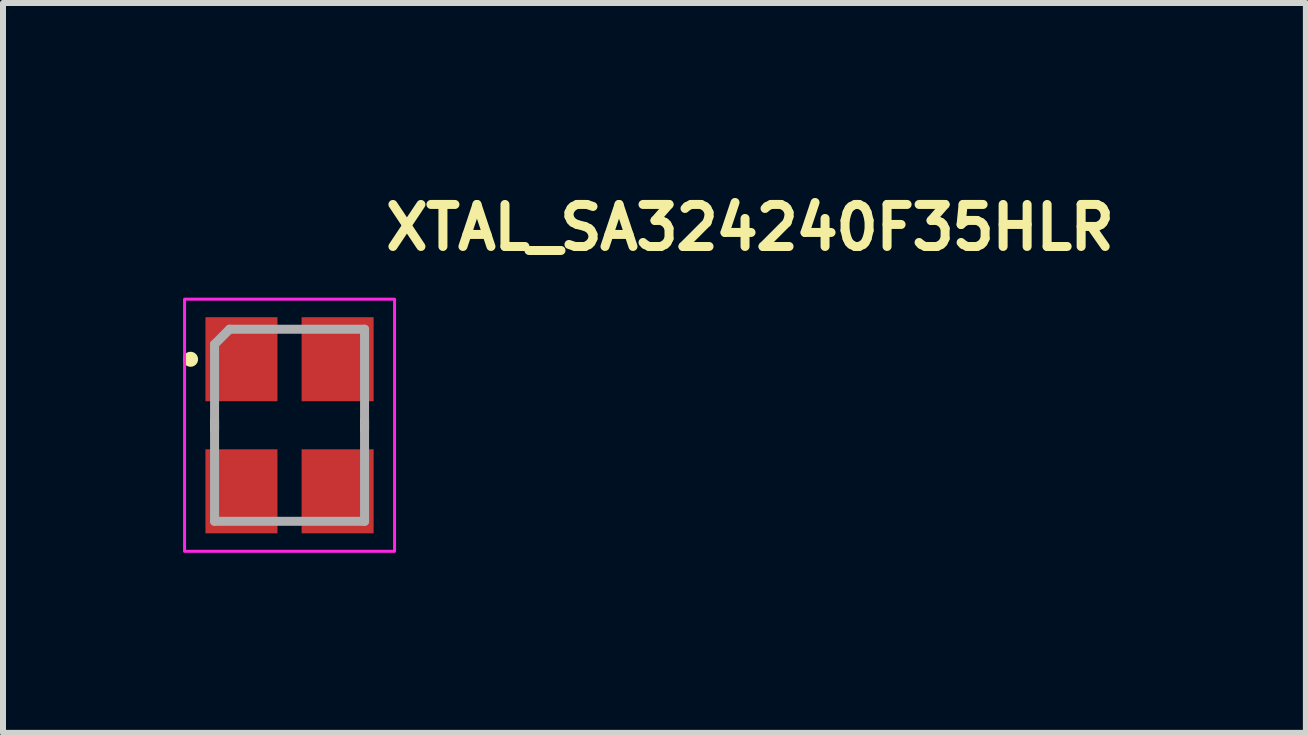
<source format=kicad_pcb>
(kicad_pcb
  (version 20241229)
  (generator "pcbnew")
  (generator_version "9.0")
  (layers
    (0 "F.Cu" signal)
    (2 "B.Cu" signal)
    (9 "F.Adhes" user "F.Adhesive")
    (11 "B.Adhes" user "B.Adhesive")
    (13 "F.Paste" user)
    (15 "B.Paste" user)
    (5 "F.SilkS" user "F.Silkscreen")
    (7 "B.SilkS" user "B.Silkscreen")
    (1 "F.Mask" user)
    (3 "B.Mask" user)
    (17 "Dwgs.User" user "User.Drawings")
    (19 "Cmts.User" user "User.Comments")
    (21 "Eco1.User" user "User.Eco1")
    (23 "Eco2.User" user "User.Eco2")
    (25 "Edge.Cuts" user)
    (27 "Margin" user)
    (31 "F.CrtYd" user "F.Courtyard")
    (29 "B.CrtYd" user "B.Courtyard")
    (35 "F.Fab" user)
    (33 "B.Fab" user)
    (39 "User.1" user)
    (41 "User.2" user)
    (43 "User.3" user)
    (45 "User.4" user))
  (footprint "XTAL_SA324240F35HLR"
    (layer "F.Cu")
    (at 1.775 4.036)
    (property "Reference" "XTAL_SA324240F35HLR" (at 1.523 -2.886 0) (layer "F.SilkS") (effects (font (size 0.7 0.7) (thickness 0.15)) (justify left bottom)))
    (attr smd)
    (fp_line (start -1.25 -0.08) (end -1.25 0.08) (stroke (width 0.15) (type solid)) (layer "F.SilkS"))
    (fp_line (start 1.249 -0.08) (end 1.249 0.08) (stroke (width 0.15) (type solid)) (layer "F.SilkS"))
    (fp_circle (center -1.65 -1.1) (end -1.6 -1.1) (stroke (width 0.15) (type solid)) (fill yes) (layer "F.SilkS"))
    (fp_rect (start -1.75 -2.101) (end 1.749 2.1) (stroke (width 0.05) (type solid)) (fill no) (layer "F.CrtYd"))
    (fp_line (start -1.25 -1.35) (end -1.25 1.6) (stroke (width 0.15) (type solid)) (layer "F.Fab"))
    (fp_line (start -1.25 -1.35) (end -1 -1.601) (stroke (width 0.15) (type solid)) (layer "F.Fab"))
    (fp_line (start -1 -1.601) (end 1.249 -1.601) (stroke (width 0.15) (type solid)) (layer "F.Fab"))
    (fp_line (start 1.249 -1.601) (end 1.249 1.6) (stroke (width 0.15) (type solid)) (layer "F.Fab"))
    (fp_line (start 1.249 1.6) (end -1.25 1.6) (stroke (width 0.15) (type solid)) (layer "F.Fab"))
    (fp_rect (start -1.25 -1.601) (end 1.249 1.6) (stroke (width 0.1) (type solid)) (fill no) (layer "User.5"))
    (fp_line (start -1.25 -1.414) (end -1.25 1.411) (stroke (width 0.02) (type solid)) (layer "User.9"))
    (fp_line (start -1.25 -1.414) (end -1.242 -1.414) (stroke (width 0.02) (type solid)) (layer "User.9"))
    (fp_line (start -1.25 1.411) (end -1.242 1.411) (stroke (width 0.02) (type solid)) (layer "User.9"))
    (fp_line (start -1.242 -1.414) (end -1.232 -1.414) (stroke (width 0.02) (type solid)) (layer "User.9"))
    (fp_line (start -1.242 1.411) (end -1.232 1.413) (stroke (width 0.02) (type solid)) (layer "User.9"))
    (fp_line (start -1.232 -1.414) (end -1.224 -1.416) (stroke (width 0.02) (type solid)) (layer "User.9"))
    (fp_line (start -1.232 1.413) (end -1.224 1.413) (stroke (width 0.02) (type solid)) (layer "User.9"))
    (fp_line (start -1.224 -1.416) (end -1.214 -1.418) (stroke (width 0.02) (type solid)) (layer "User.9"))
    (fp_line (start -1.224 1.413) (end -1.214 1.415) (stroke (width 0.02) (type solid)) (layer "User.9"))
    (fp_line (start -1.214 -1.418) (end -1.206 -1.42) (stroke (width 0.02) (type solid)) (layer "User.9"))
    (fp_line (start -1.214 1.415) (end -1.206 1.417) (stroke (width 0.02) (type solid)) (layer "User.9"))
    (fp_line (start -1.206 -1.42) (end -1.196 -1.422) (stroke (width 0.02) (type solid)) (layer "User.9"))
    (fp_line (start -1.206 1.417) (end -1.196 1.419) (stroke (width 0.02) (type solid)) (layer "User.9"))
    (fp_line (start -1.196 -1.422) (end -1.188 -1.424) (stroke (width 0.02) (type solid)) (layer "User.9"))
    (fp_line (start -1.196 1.419) (end -1.188 1.423) (stroke (width 0.02) (type solid)) (layer "User.9"))
    (fp_line (start -1.188 -1.424) (end -1.18 -1.428) (stroke (width 0.02) (type solid)) (layer "User.9"))
    (fp_line (start -1.188 1.423) (end -1.18 1.425) (stroke (width 0.02) (type solid)) (layer "User.9"))
    (fp_line (start -1.18 -1.428) (end -1.17 -1.432) (stroke (width 0.02) (type solid)) (layer "User.9"))
    (fp_line (start -1.18 1.425) (end -1.17 1.429) (stroke (width 0.02) (type solid)) (layer "User.9"))
    (fp_line (start -1.17 -1.432) (end -1.162 -1.436) (stroke (width 0.02) (type solid)) (layer "User.9"))
    (fp_line (start -1.17 1.429) (end -1.162 1.433) (stroke (width 0.02) (type solid)) (layer "User.9"))
    (fp_line (start -1.162 -1.436) (end -1.154 -1.44) (stroke (width 0.02) (type solid)) (layer "User.9"))
    (fp_line (start -1.162 1.433) (end -1.154 1.439) (stroke (width 0.02) (type solid)) (layer "User.9"))
    (fp_line (start -1.154 -1.44) (end -1.147 -1.446) (stroke (width 0.02) (type solid)) (layer "User.9"))
    (fp_line (start -1.154 1.439) (end -1.147 1.443) (stroke (width 0.02) (type solid)) (layer "User.9"))
    (fp_line (start -1.147 -1.446) (end -1.139 -1.45) (stroke (width 0.02) (type solid)) (layer "User.9"))
    (fp_line (start -1.147 1.443) (end -1.139 1.449) (stroke (width 0.02) (type solid)) (layer "User.9"))
    (fp_line (start -1.139 -1.45) (end -1.133 -1.456) (stroke (width 0.02) (type solid)) (layer "User.9"))
    (fp_line (start -1.139 1.449) (end -1.133 1.453) (stroke (width 0.02) (type solid)) (layer "User.9"))
    (fp_line (start -1.133 -1.456) (end -1.125 -1.462) (stroke (width 0.02) (type solid)) (layer "User.9"))
    (fp_line (start -1.133 1.453) (end -1.125 1.461) (stroke (width 0.02) (type solid)) (layer "User.9"))
    (fp_line (start -1.125 -1.462) (end -1.119 -1.468) (stroke (width 0.02) (type solid)) (layer "User.9"))
    (fp_line (start -1.125 -1.307) (end -1.123 -1.317) (stroke (width 0.02) (type solid)) (layer "User.9"))
    (fp_line (start -1.125 -1.297) (end -1.125 -1.307) (stroke (width 0.02) (type solid)) (layer "User.9"))
    (fp_line (start -1.125 -1.289) (end -1.125 -1.297) (stroke (width 0.02) (type solid)) (layer "User.9"))
    (fp_line (start -1.125 1.286) (end -1.125 -1.289) (stroke (width 0.02) (type solid)) (layer "User.9"))
    (fp_line (start -1.125 1.296) (end -1.125 1.286) (stroke (width 0.02) (type solid)) (layer "User.9"))
    (fp_line (start -1.125 1.306) (end -1.125 1.296) (stroke (width 0.02) (type solid)) (layer "User.9"))
    (fp_line (start -1.125 1.461) (end -1.119 1.467) (stroke (width 0.02) (type solid)) (layer "User.9"))
    (fp_line (start -1.123 -1.325) (end -1.121 -1.335) (stroke (width 0.02) (type solid)) (layer "User.9"))
    (fp_line (start -1.123 -1.317) (end -1.123 -1.325) (stroke (width 0.02) (type solid)) (layer "User.9"))
    (fp_line (start -1.123 1.314) (end -1.125 1.306) (stroke (width 0.02) (type solid)) (layer "User.9"))
    (fp_line (start -1.123 1.324) (end -1.123 1.314) (stroke (width 0.02) (type solid)) (layer "User.9"))
    (fp_line (start -1.121 -1.335) (end -1.117 -1.343) (stroke (width 0.02) (type solid)) (layer "User.9"))
    (fp_line (start -1.121 1.332) (end -1.123 1.324) (stroke (width 0.02) (type solid)) (layer "User.9"))
    (fp_line (start -1.119 -1.468) (end -1.119 -1.468) (stroke (width 0.02) (type solid)) (layer "User.9"))
    (fp_line (start -1.119 -1.468) (end -1.113 -1.476) (stroke (width 0.02) (type solid)) (layer "User.9"))
    (fp_line (start -1.119 1.467) (end -1.119 1.467) (stroke (width 0.02) (type solid)) (layer "User.9"))
    (fp_line (start -1.119 1.467) (end -1.113 1.473) (stroke (width 0.02) (type solid)) (layer "User.9"))
    (fp_line (start -1.117 -1.343) (end -1.115 -1.351) (stroke (width 0.02) (type solid)) (layer "User.9"))
    (fp_line (start -1.117 1.342) (end -1.121 1.332) (stroke (width 0.02) (type solid)) (layer "User.9"))
    (fp_line (start -1.115 -1.351) (end -1.111 -1.361) (stroke (width 0.02) (type solid)) (layer "User.9"))
    (fp_line (start -1.115 1.35) (end -1.117 1.342) (stroke (width 0.02) (type solid)) (layer "User.9"))
    (fp_line (start -1.113 -1.476) (end -1.105 -1.482) (stroke (width 0.02) (type solid)) (layer "User.9"))
    (fp_line (start -1.113 1.473) (end -1.105 1.481) (stroke (width 0.02) (type solid)) (layer "User.9"))
    (fp_line (start -1.111 -1.361) (end -1.109 -1.369) (stroke (width 0.02) (type solid)) (layer "User.9"))
    (fp_line (start -1.111 1.358) (end -1.115 1.35) (stroke (width 0.02) (type solid)) (layer "User.9"))
    (fp_line (start -1.109 -1.369) (end -1.103 -1.377) (stroke (width 0.02) (type solid)) (layer "User.9"))
    (fp_line (start -1.109 1.366) (end -1.111 1.358) (stroke (width 0.02) (type solid)) (layer "User.9"))
    (fp_line (start -1.105 -1.482) (end -1.101 -1.49) (stroke (width 0.02) (type solid)) (layer "User.9"))
    (fp_line (start -1.105 1.481) (end -1.101 1.487) (stroke (width 0.02) (type solid)) (layer "User.9"))
    (fp_line (start -1.103 -1.377) (end -1.099 -1.385) (stroke (width 0.02) (type solid)) (layer "User.9"))
    (fp_line (start -1.103 1.374) (end -1.109 1.366) (stroke (width 0.02) (type solid)) (layer "User.9"))
    (fp_line (start -1.101 -1.49) (end -1.095 -1.496) (stroke (width 0.02) (type solid)) (layer "User.9"))
    (fp_line (start -1.101 1.487) (end -1.095 1.495) (stroke (width 0.02) (type solid)) (layer "User.9"))
    (fp_line (start -1.099 -1.385) (end -1.095 -1.393) (stroke (width 0.02) (type solid)) (layer "User.9"))
    (fp_line (start -1.099 1.382) (end -1.103 1.374) (stroke (width 0.02) (type solid)) (layer "User.9"))
    (fp_line (start -1.095 -1.496) (end -1.091 -1.504) (stroke (width 0.02) (type solid)) (layer "User.9"))
    (fp_line (start -1.095 -1.393) (end -1.089 -1.401) (stroke (width 0.02) (type solid)) (layer "User.9"))
    (fp_line (start -1.095 1.39) (end -1.099 1.382) (stroke (width 0.02) (type solid)) (layer "User.9"))
    (fp_line (start -1.095 1.495) (end -1.091 1.503) (stroke (width 0.02) (type solid)) (layer "User.9"))
    (fp_line (start -1.091 -1.504) (end -1.085 -1.512) (stroke (width 0.02) (type solid)) (layer "User.9"))
    (fp_line (start -1.091 1.503) (end -1.085 1.511) (stroke (width 0.02) (type solid)) (layer "User.9"))
    (fp_line (start -1.089 -1.401) (end -1.083 -1.407) (stroke (width 0.02) (type solid)) (layer "User.9"))
    (fp_line (start -1.089 1.398) (end -1.095 1.39) (stroke (width 0.02) (type solid)) (layer "User.9"))
    (fp_line (start -1.085 -1.512) (end -1.081 -1.52) (stroke (width 0.02) (type solid)) (layer "User.9"))
    (fp_line (start -1.085 1.511) (end -1.081 1.519) (stroke (width 0.02) (type solid)) (layer "User.9"))
    (fp_line (start -1.083 -1.407) (end -1.077 -1.414) (stroke (width 0.02) (type solid)) (layer "User.9"))
    (fp_line (start -1.083 1.406) (end -1.089 1.398) (stroke (width 0.02) (type solid)) (layer "User.9"))
    (fp_line (start -1.081 -1.52) (end -1.077 -1.53) (stroke (width 0.02) (type solid)) (layer "User.9"))
    (fp_line (start -1.081 1.519) (end -1.077 1.527) (stroke (width 0.02) (type solid)) (layer "User.9"))
    (fp_line (start -1.077 -1.53) (end -1.075 -1.537) (stroke (width 0.02) (type solid)) (layer "User.9"))
    (fp_line (start -1.077 -1.414) (end -1.071 -1.422) (stroke (width 0.02) (type solid)) (layer "User.9"))
    (fp_line (start -1.077 1.413) (end -1.083 1.406) (stroke (width 0.02) (type solid)) (layer "User.9"))
    (fp_line (start -1.077 1.527) (end -1.075 1.536) (stroke (width 0.02) (type solid)) (layer "User.9"))
    (fp_line (start -1.075 -1.537) (end -1.071 -1.547) (stroke (width 0.02) (type solid)) (layer "User.9"))
    (fp_line (start -1.075 1.536) (end -1.071 1.544) (stroke (width 0.02) (type solid)) (layer "User.9"))
    (fp_line (start -1.071 -1.547) (end -1.069 -1.555) (stroke (width 0.02) (type solid)) (layer "User.9"))
    (fp_line (start -1.071 -1.422) (end -1.071 -1.422) (stroke (width 0.02) (type solid)) (layer "User.9"))
    (fp_line (start -1.071 -1.422) (end -1.065 -1.428) (stroke (width 0.02) (type solid)) (layer "User.9"))
    (fp_line (start -1.071 1.419) (end -1.077 1.413) (stroke (width 0.02) (type solid)) (layer "User.9"))
    (fp_line (start -1.071 1.419) (end -1.071 1.419) (stroke (width 0.02) (type solid)) (layer "User.9"))
    (fp_line (start -1.071 1.544) (end -1.069 1.554) (stroke (width 0.02) (type solid)) (layer "User.9"))
    (fp_line (start -1.069 -1.555) (end -1.067 -1.565) (stroke (width 0.02) (type solid)) (layer "User.9"))
    (fp_line (start -1.069 1.554) (end -1.067 1.562) (stroke (width 0.02) (type solid)) (layer "User.9"))
    (fp_line (start -1.067 -1.565) (end -1.065 -1.573) (stroke (width 0.02) (type solid)) (layer "User.9"))
    (fp_line (start -1.067 1.562) (end -1.065 1.572) (stroke (width 0.02) (type solid)) (layer "User.9"))
    (fp_line (start -1.065 -1.583) (end -1.063 -1.591) (stroke (width 0.02) (type solid)) (layer "User.9"))
    (fp_line (start -1.065 -1.573) (end -1.065 -1.583) (stroke (width 0.02) (type solid)) (layer "User.9"))
    (fp_line (start -1.065 -1.428) (end -1.057 -1.434) (stroke (width 0.02) (type solid)) (layer "User.9"))
    (fp_line (start -1.065 1.425) (end -1.071 1.419) (stroke (width 0.02) (type solid)) (layer "User.9"))
    (fp_line (start -1.065 1.572) (end -1.065 1.58) (stroke (width 0.02) (type solid)) (layer "User.9"))
    (fp_line (start -1.065 1.58) (end -1.063 1.59) (stroke (width 0.02) (type solid)) (layer "User.9"))
    (fp_line (start -1.063 -1.591) (end -1.063 -1.601) (stroke (width 0.02) (type solid)) (layer "User.9"))
    (fp_line (start -1.063 -1.307) (end -1.061 -1.313) (stroke (width 0.02) (type solid)) (layer "User.9"))
    (fp_line (start -1.063 -1.301) (end -1.063 -1.307) (stroke (width 0.02) (type solid)) (layer "User.9"))
    (fp_line (start -1.063 -1.295) (end -1.063 -1.301) (stroke (width 0.02) (type solid)) (layer "User.9"))
    (fp_line (start -1.063 -1.289) (end -1.063 -1.295) (stroke (width 0.02) (type solid)) (layer "User.9"))
    (fp_line (start -1.063 1.286) (end -1.063 -1.289) (stroke (width 0.02) (type solid)) (layer "User.9"))
    (fp_line (start -1.063 1.292) (end -1.063 1.286) (stroke (width 0.02) (type solid)) (layer "User.9"))
    (fp_line (start -1.063 1.298) (end -1.063 1.292) (stroke (width 0.02) (type solid)) (layer "User.9"))
    (fp_line (start -1.063 1.304) (end -1.063 1.298) (stroke (width 0.02) (type solid)) (layer "User.9"))
    (fp_line (start -1.063 1.59) (end -1.063 1.6) (stroke (width 0.02) (type solid)) (layer "User.9"))
    (fp_line (start -1.063 1.6) (end 1.062 1.6) (stroke (width 0.02) (type solid)) (layer "User.9"))
    (fp_line (start -1.061 -1.313) (end -1.059 -1.319) (stroke (width 0.02) (type solid)) (layer "User.9"))
    (fp_line (start -1.061 1.312) (end -1.063 1.304) (stroke (width 0.02) (type solid)) (layer "User.9"))
    (fp_line (start -1.059 -1.325) (end -1.057 -1.331) (stroke (width 0.02) (type solid)) (layer "User.9"))
    (fp_line (start -1.059 -1.319) (end -1.059 -1.325) (stroke (width 0.02) (type solid)) (layer "User.9"))
    (fp_line (start -1.059 1.316) (end -1.061 1.312) (stroke (width 0.02) (type solid)) (layer "User.9"))
    (fp_line (start -1.059 1.322) (end -1.059 1.316) (stroke (width 0.02) (type solid)) (layer "User.9"))
    (fp_line (start -1.057 -1.434) (end -1.051 -1.44) (stroke (width 0.02) (type solid)) (layer "User.9"))
    (fp_line (start -1.057 -1.331) (end -1.053 -1.337) (stroke (width 0.02) (type solid)) (layer "User.9"))
    (fp_line (start -1.057 1.328) (end -1.059 1.322) (stroke (width 0.02) (type solid)) (layer "User.9"))
    (fp_line (start -1.057 1.431) (end -1.065 1.425) (stroke (width 0.02) (type solid)) (layer "User.9"))
    (fp_line (start -1.053 -1.337) (end -1.051 -1.341) (stroke (width 0.02) (type solid)) (layer "User.9"))
    (fp_line (start -1.053 1.334) (end -1.057 1.328) (stroke (width 0.02) (type solid)) (layer "User.9"))
    (fp_line (start -1.051 -1.44) (end -1.043 -1.444) (stroke (width 0.02) (type solid)) (layer "User.9"))
    (fp_line (start -1.051 -1.341) (end -1.049 -1.347) (stroke (width 0.02) (type solid)) (layer "User.9"))
    (fp_line (start -1.051 1.34) (end -1.053 1.334) (stroke (width 0.02) (type solid)) (layer "User.9"))
    (fp_line (start -1.051 1.437) (end -1.057 1.431) (stroke (width 0.02) (type solid)) (layer "User.9"))
    (fp_line (start -1.049 -1.347) (end -1.045 -1.353) (stroke (width 0.02) (type solid)) (layer "User.9"))
    (fp_line (start -1.049 1.346) (end -1.051 1.34) (stroke (width 0.02) (type solid)) (layer "User.9"))
    (fp_line (start -1.045 -1.353) (end -1.043 -1.357) (stroke (width 0.02) (type solid)) (layer "User.9"))
    (fp_line (start -1.045 1.35) (end -1.049 1.346) (stroke (width 0.02) (type solid)) (layer "User.9"))
    (fp_line (start -1.043 -1.444) (end -1.035 -1.45) (stroke (width 0.02) (type solid)) (layer "User.9"))
    (fp_line (start -1.043 -1.357) (end -1.039 -1.363) (stroke (width 0.02) (type solid)) (layer "User.9"))
    (fp_line (start -1.043 1.356) (end -1.045 1.35) (stroke (width 0.02) (type solid)) (layer "User.9"))
    (fp_line (start -1.043 1.443) (end -1.051 1.437) (stroke (width 0.02) (type solid)) (layer "User.9"))
    (fp_line (start -1.039 -1.363) (end -1.035 -1.367) (stroke (width 0.02) (type solid)) (layer "User.9"))
    (fp_line (start -1.039 1.36) (end -1.043 1.356) (stroke (width 0.02) (type solid)) (layer "User.9"))
    (fp_line (start -1.035 -1.45) (end -1.027 -1.454) (stroke (width 0.02) (type solid)) (layer "User.9"))
    (fp_line (start -1.035 -1.367) (end -1.031 -1.373) (stroke (width 0.02) (type solid)) (layer "User.9"))
    (fp_line (start -1.035 1.366) (end -1.039 1.36) (stroke (width 0.02) (type solid)) (layer "User.9"))
    (fp_line (start -1.035 1.447) (end -1.043 1.443) (stroke (width 0.02) (type solid)) (layer "User.9"))
    (fp_line (start -1.031 -1.373) (end -1.027 -1.377) (stroke (width 0.02) (type solid)) (layer "User.9"))
    (fp_line (start -1.031 1.37) (end -1.035 1.366) (stroke (width 0.02) (type solid)) (layer "User.9"))
    (fp_line (start -1.027 -1.454) (end -1.018 -1.458) (stroke (width 0.02) (type solid)) (layer "User.9"))
    (fp_line (start -1.027 -1.377) (end -1.027 -1.377) (stroke (width 0.02) (type solid)) (layer "User.9"))
    (fp_line (start -1.027 -1.377) (end -1.022 -1.381) (stroke (width 0.02) (type solid)) (layer "User.9"))
    (fp_line (start -1.027 1.374) (end -1.031 1.37) (stroke (width 0.02) (type solid)) (layer "User.9"))
    (fp_line (start -1.027 1.374) (end -1.027 1.374) (stroke (width 0.02) (type solid)) (layer "User.9"))
    (fp_line (start -1.027 1.451) (end -1.035 1.447) (stroke (width 0.02) (type solid)) (layer "User.9"))
    (fp_line (start -1.022 -1.381) (end -1.018 -1.385) (stroke (width 0.02) (type solid)) (layer "User.9"))
    (fp_line (start -1.022 1.38) (end -1.027 1.374) (stroke (width 0.02) (type solid)) (layer "User.9"))
    (fp_line (start -1.018 -1.458) (end -1.01 -1.462) (stroke (width 0.02) (type solid)) (layer "User.9"))
    (fp_line (start -1.018 -1.385) (end -1.012 -1.389) (stroke (width 0.02) (type solid)) (layer "User.9"))
    (fp_line (start -1.018 1.384) (end -1.022 1.38) (stroke (width 0.02) (type solid)) (layer "User.9"))
    (fp_line (start -1.018 1.457) (end -1.027 1.451) (stroke (width 0.02) (type solid)) (layer "User.9"))
    (fp_line (start -1.012 -1.389) (end -1.008 -1.393) (stroke (width 0.02) (type solid)) (layer "User.9"))
    (fp_line (start -1.012 1.386) (end -1.018 1.384) (stroke (width 0.02) (type solid)) (layer "User.9"))
    (fp_line (start -1.01 -1.462) (end -1.002 -1.466) (stroke (width 0.02) (type solid)) (layer "User.9"))
    (fp_line (start -1.01 1.459) (end -1.018 1.457) (stroke (width 0.02) (type solid)) (layer "User.9"))
    (fp_line (start -1.008 -1.393) (end -1.002 -1.395) (stroke (width 0.02) (type solid)) (layer "User.9"))
    (fp_line (start -1.008 1.39) (end -1.012 1.386) (stroke (width 0.02) (type solid)) (layer "User.9"))
    (fp_line (start -1.002 -1.466) (end -0.993 -1.468) (stroke (width 0.02) (type solid)) (layer "User.9"))
    (fp_line (start -1.002 -1.395) (end -0.997 -1.399) (stroke (width 0.02) (type solid)) (layer "User.9"))
    (fp_line (start -1.002 1.394) (end -1.008 1.39) (stroke (width 0.02) (type solid)) (layer "User.9"))
    (fp_line (start -1.002 1.463) (end -1.01 1.459) (stroke (width 0.02) (type solid)) (layer "User.9"))
    (fp_line (start -0.997 -1.399) (end -0.991 -1.401) (stroke (width 0.02) (type solid)) (layer "User.9"))
    (fp_line (start -0.997 1.396) (end -1.002 1.394) (stroke (width 0.02) (type solid)) (layer "User.9"))
    (fp_line (start -0.993 -1.468) (end -0.984 -1.47) (stroke (width 0.02) (type solid)) (layer "User.9"))
    (fp_line (start -0.993 1.465) (end -1.002 1.463) (stroke (width 0.02) (type solid)) (layer "User.9"))
    (fp_line (start -0.991 -1.401) (end -0.986 -1.403) (stroke (width 0.02) (type solid)) (layer "User.9"))
    (fp_line (start -0.991 1.4) (end -0.997 1.396) (stroke (width 0.02) (type solid)) (layer "User.9"))
    (fp_line (start -0.986 -1.403) (end -0.98 -1.407) (stroke (width 0.02) (type solid)) (layer "User.9"))
    (fp_line (start -0.986 1.402) (end -0.991 1.4) (stroke (width 0.02) (type solid)) (layer "User.9"))
    (fp_line (start -0.984 -1.47) (end -0.975 -1.472) (stroke (width 0.02) (type solid)) (layer "User.9"))
    (fp_line (start -0.984 1.469) (end -0.993 1.465) (stroke (width 0.02) (type solid)) (layer "User.9"))
    (fp_line (start -0.98 -1.407) (end -0.974 -1.408) (stroke (width 0.02) (type solid)) (layer "User.9"))
    (fp_line (start -0.98 1.404) (end -0.986 1.402) (stroke (width 0.02) (type solid)) (layer "User.9"))
    (fp_line (start -0.975 -1.472) (end -0.966 -1.474) (stroke (width 0.02) (type solid)) (layer "User.9"))
    (fp_line (start -0.975 1.471) (end -0.984 1.469) (stroke (width 0.02) (type solid)) (layer "User.9"))
    (fp_line (start -0.974 -1.408) (end -0.968 -1.41) (stroke (width 0.02) (type solid)) (layer "User.9"))
    (fp_line (start -0.974 1.406) (end -0.98 1.404) (stroke (width 0.02) (type solid)) (layer "User.9"))
    (fp_line (start -0.968 -1.41) (end -0.962 -1.412) (stroke (width 0.02) (type solid)) (layer "User.9"))
    (fp_line (start -0.968 1.407) (end -0.974 1.406) (stroke (width 0.02) (type solid)) (layer "User.9"))
    (fp_line (start -0.966 -1.474) (end -0.958 -1.476) (stroke (width 0.02) (type solid)) (layer "User.9"))
    (fp_line (start -0.966 1.471) (end -0.975 1.471) (stroke (width 0.02) (type solid)) (layer "User.9"))
    (fp_line (start -0.962 -1.412) (end -0.957 -1.412) (stroke (width 0.02) (type solid)) (layer "User.9"))
    (fp_line (start -0.962 1.409) (end -0.968 1.407) (stroke (width 0.02) (type solid)) (layer "User.9"))
    (fp_line (start -0.958 -1.476) (end -0.948 -1.476) (stroke (width 0.02) (type solid)) (layer "User.9"))
    (fp_line (start -0.958 1.473) (end -0.966 1.471) (stroke (width 0.02) (type solid)) (layer "User.9"))
    (fp_line (start -0.957 -1.412) (end -0.951 -1.412) (stroke (width 0.02) (type solid)) (layer "User.9"))
    (fp_line (start -0.957 1.411) (end -0.962 1.409) (stroke (width 0.02) (type solid)) (layer "User.9"))
    (fp_line (start -0.951 -1.412) (end -0.945 -1.414) (stroke (width 0.02) (type solid)) (layer "User.9"))
    (fp_line (start -0.951 1.411) (end -0.957 1.411) (stroke (width 0.02) (type solid)) (layer "User.9"))
    (fp_line (start -0.948 -1.476) (end -0.939 -1.476) (stroke (width 0.02) (type solid)) (layer "User.9"))
    (fp_line (start -0.948 1.473) (end -0.958 1.473) (stroke (width 0.02) (type solid)) (layer "User.9"))
    (fp_line (start -0.945 -1.414) (end -0.939 -1.414) (stroke (width 0.02) (type solid)) (layer "User.9"))
    (fp_line (start -0.945 1.411) (end -0.951 1.411) (stroke (width 0.02) (type solid)) (layer "User.9"))
    (fp_line (start -0.939 -1.476) (end 0.937 -1.476) (stroke (width 0.02) (type solid)) (layer "User.9"))
    (fp_line (start -0.939 -1.414) (end 0.937 -1.414) (stroke (width 0.02) (type solid)) (layer "User.9"))
    (fp_line (start -0.939 -1.244) (end -0.939 -1.242) (stroke (width 0.02) (type solid)) (layer "User.9"))
    (fp_line (start -0.939 -1.244) (end -0.939 -1.242) (stroke (width 0.02) (type solid)) (layer "User.9"))
    (fp_line (start -0.939 -1.242) (end -0.939 -1.238) (stroke (width 0.02) (type solid)) (layer "User.9"))
    (fp_line (start -0.939 -1.242) (end -0.939 -1.238) (stroke (width 0.02) (type solid)) (layer "User.9"))
    (fp_line (start -0.939 -1.238) (end -0.939 -1.236) (stroke (width 0.02) (type solid)) (layer "User.9"))
    (fp_line (start -0.939 -1.238) (end -0.939 -1.236) (stroke (width 0.02) (type solid)) (layer "User.9"))
    (fp_line (start -0.939 -1.236) (end -0.939 -1.232) (stroke (width 0.02) (type solid)) (layer "User.9"))
    (fp_line (start -0.939 -1.236) (end -0.939 -1.232) (stroke (width 0.02) (type solid)) (layer "User.9"))
    (fp_line (start -0.939 -1.232) (end -0.938 -1.228) (stroke (width 0.02) (type solid)) (layer "User.9"))
    (fp_line (start -0.939 -1.232) (end -0.938 -1.228) (stroke (width 0.02) (type solid)) (layer "User.9"))
    (fp_line (start -0.939 1.411) (end -0.945 1.411) (stroke (width 0.02) (type solid)) (layer "User.9"))
    (fp_line (start -0.939 1.475) (end -0.948 1.473) (stroke (width 0.02) (type solid)) (layer "User.9"))
    (fp_line (start -0.938 -1.248) (end -0.939 -1.244) (stroke (width 0.02) (type solid)) (layer "User.9"))
    (fp_line (start -0.938 -1.248) (end -0.939 -1.244) (stroke (width 0.02) (type solid)) (layer "User.9"))
    (fp_line (start -0.938 -1.228) (end -0.937 -1.226) (stroke (width 0.02) (type solid)) (layer "User.9"))
    (fp_line (start -0.938 -1.228) (end -0.937 -1.226) (stroke (width 0.02) (type solid)) (layer "User.9"))
    (fp_line (start -0.937 -1.252) (end -0.938 -1.248) (stroke (width 0.02) (type solid)) (layer "User.9"))
    (fp_line (start -0.937 -1.252) (end -0.938 -1.248) (stroke (width 0.02) (type solid)) (layer "User.9"))
    (fp_line (start -0.937 -1.226) (end -0.936 -1.222) (stroke (width 0.02) (type solid)) (layer "User.9"))
    (fp_line (start -0.937 -1.226) (end -0.936 -1.222) (stroke (width 0.02) (type solid)) (layer "User.9"))
    (fp_line (start -0.936 -1.254) (end -0.937 -1.252) (stroke (width 0.02) (type solid)) (layer "User.9"))
    (fp_line (start -0.936 -1.254) (end -0.937 -1.252) (stroke (width 0.02) (type solid)) (layer "User.9"))
    (fp_line (start -0.936 -1.222) (end -0.935 -1.22) (stroke (width 0.02) (type solid)) (layer "User.9"))
    (fp_line (start -0.936 -1.222) (end -0.935 -1.22) (stroke (width 0.02) (type solid)) (layer "User.9"))
    (fp_line (start -0.935 -1.258) (end -0.936 -1.254) (stroke (width 0.02) (type solid)) (layer "User.9"))
    (fp_line (start -0.935 -1.258) (end -0.936 -1.254) (stroke (width 0.02) (type solid)) (layer "User.9"))
    (fp_line (start -0.935 -1.22) (end -0.934 -1.216) (stroke (width 0.02) (type solid)) (layer "User.9"))
    (fp_line (start -0.935 -1.22) (end -0.934 -1.216) (stroke (width 0.02) (type solid)) (layer "User.9"))
    (fp_line (start -0.934 -1.26) (end -0.935 -1.258) (stroke (width 0.02) (type solid)) (layer "User.9"))
    (fp_line (start -0.934 -1.26) (end -0.935 -1.258) (stroke (width 0.02) (type solid)) (layer "User.9"))
    (fp_line (start -0.934 -1.216) (end -0.932 -1.214) (stroke (width 0.02) (type solid)) (layer "User.9"))
    (fp_line (start -0.934 -1.216) (end -0.932 -1.214) (stroke (width 0.02) (type solid)) (layer "User.9"))
    (fp_line (start -0.932 -1.264) (end -0.934 -1.26) (stroke (width 0.02) (type solid)) (layer "User.9"))
    (fp_line (start -0.932 -1.264) (end -0.934 -1.26) (stroke (width 0.02) (type solid)) (layer "User.9"))
    (fp_line (start -0.932 -1.264) (end -0.932 -1.264) (stroke (width 0.02) (type solid)) (layer "User.9"))
    (fp_line (start -0.932 -1.264) (end -0.932 -1.264) (stroke (width 0.02) (type solid)) (layer "User.9"))
    (fp_line (start -0.932 -1.214) (end -0.932 -1.214) (stroke (width 0.02) (type solid)) (layer "User.9"))
    (fp_line (start -0.932 -1.214) (end -0.932 -1.214) (stroke (width 0.02) (type solid)) (layer "User.9"))
    (fp_line (start -0.932 -1.214) (end -0.931 -1.212) (stroke (width 0.02) (type solid)) (layer "User.9"))
    (fp_line (start -0.932 -1.214) (end -0.931 -1.212) (stroke (width 0.02) (type solid)) (layer "User.9"))
    (fp_line (start -0.931 -1.266) (end -0.932 -1.264) (stroke (width 0.02) (type solid)) (layer "User.9"))
    (fp_line (start -0.931 -1.266) (end -0.932 -1.264) (stroke (width 0.02) (type solid)) (layer "User.9"))
    (fp_line (start -0.931 -1.212) (end -0.931 -1.21) (stroke (width 0.02) (type solid)) (layer "User.9"))
    (fp_line (start -0.931 -1.212) (end -0.931 -1.21) (stroke (width 0.02) (type solid)) (layer "User.9"))
    (fp_line (start -0.931 -1.21) (end -0.93 -1.21) (stroke (width 0.02) (type solid)) (layer "User.9"))
    (fp_line (start -0.931 -1.21) (end -0.93 -1.21) (stroke (width 0.02) (type solid)) (layer "User.9"))
    (fp_line (start -0.93 -1.21) (end -0.929 -1.208) (stroke (width 0.02) (type solid)) (layer "User.9"))
    (fp_line (start -0.93 -1.21) (end -0.929 -1.208) (stroke (width 0.02) (type solid)) (layer "User.9"))
    (fp_line (start -0.929 -1.27) (end -0.931 -1.266) (stroke (width 0.02) (type solid)) (layer "User.9"))
    (fp_line (start -0.929 -1.27) (end -0.931 -1.266) (stroke (width 0.02) (type solid)) (layer "User.9"))
    (fp_line (start -0.929 -1.208) (end -0.928 -1.206) (stroke (width 0.02) (type solid)) (layer "User.9"))
    (fp_line (start -0.929 -1.208) (end -0.928 -1.206) (stroke (width 0.02) (type solid)) (layer "User.9"))
    (fp_line (start -0.928 -1.206) (end -0.927 -1.206) (stroke (width 0.02) (type solid)) (layer "User.9"))
    (fp_line (start -0.928 -1.206) (end -0.927 -1.206) (stroke (width 0.02) (type solid)) (layer "User.9"))
    (fp_line (start -0.927 -1.272) (end -0.929 -1.27) (stroke (width 0.02) (type solid)) (layer "User.9"))
    (fp_line (start -0.927 -1.272) (end -0.929 -1.27) (stroke (width 0.02) (type solid)) (layer "User.9"))
    (fp_line (start -0.927 -1.206) (end -0.925 -1.204) (stroke (width 0.02) (type solid)) (layer "User.9"))
    (fp_line (start -0.927 -1.206) (end -0.925 -1.204) (stroke (width 0.02) (type solid)) (layer "User.9"))
    (fp_line (start -0.925 -1.204) (end -0.924 -1.204) (stroke (width 0.02) (type solid)) (layer "User.9"))
    (fp_line (start -0.925 -1.204) (end -0.924 -1.204) (stroke (width 0.02) (type solid)) (layer "User.9"))
    (fp_line (start -0.924 -1.274) (end -0.927 -1.272) (stroke (width 0.02) (type solid)) (layer "User.9"))
    (fp_line (start -0.924 -1.274) (end -0.927 -1.272) (stroke (width 0.02) (type solid)) (layer "User.9"))
    (fp_line (start -0.924 -1.204) (end -0.923 -1.202) (stroke (width 0.02) (type solid)) (layer "User.9"))
    (fp_line (start -0.924 -1.204) (end -0.923 -1.202) (stroke (width 0.02) (type solid)) (layer "User.9"))
    (fp_line (start -0.923 -1.202) (end -0.922 -1.2) (stroke (width 0.02) (type solid)) (layer "User.9"))
    (fp_line (start -0.923 -1.202) (end -0.922 -1.2) (stroke (width 0.02) (type solid)) (layer "User.9"))
    (fp_line (start -0.922 -1.276) (end -0.924 -1.274) (stroke (width 0.02) (type solid)) (layer "User.9"))
    (fp_line (start -0.922 -1.276) (end -0.924 -1.274) (stroke (width 0.02) (type solid)) (layer "User.9"))
    (fp_line (start -0.922 -1.2) (end -0.921 -1.2) (stroke (width 0.02) (type solid)) (layer "User.9"))
    (fp_line (start -0.922 -1.2) (end -0.921 -1.2) (stroke (width 0.02) (type solid)) (layer "User.9"))
    (fp_line (start -0.921 -1.2) (end -0.919 -1.198) (stroke (width 0.02) (type solid)) (layer "User.9"))
    (fp_line (start -0.921 -1.2) (end -0.919 -1.198) (stroke (width 0.02) (type solid)) (layer "User.9"))
    (fp_line (start -0.919 -1.278) (end -0.922 -1.276) (stroke (width 0.02) (type solid)) (layer "User.9"))
    (fp_line (start -0.919 -1.278) (end -0.922 -1.276) (stroke (width 0.02) (type solid)) (layer "User.9"))
    (fp_line (start -0.919 -1.198) (end -0.918 -1.198) (stroke (width 0.02) (type solid)) (layer "User.9"))
    (fp_line (start -0.919 -1.198) (end -0.918 -1.198) (stroke (width 0.02) (type solid)) (layer "User.9"))
    (fp_line (start -0.918 -1.198) (end -0.917 -1.196) (stroke (width 0.02) (type solid)) (layer "User.9"))
    (fp_line (start -0.918 -1.198) (end -0.917 -1.196) (stroke (width 0.02) (type solid)) (layer "User.9"))
    (fp_line (start -0.917 -1.28) (end -0.919 -1.278) (stroke (width 0.02) (type solid)) (layer "User.9"))
    (fp_line (start -0.917 -1.28) (end -0.919 -1.278) (stroke (width 0.02) (type solid)) (layer "User.9"))
    (fp_line (start -0.917 -1.196) (end -0.915 -1.196) (stroke (width 0.02) (type solid)) (layer "User.9"))
    (fp_line (start -0.917 -1.196) (end -0.915 -1.196) (stroke (width 0.02) (type solid)) (layer "User.9"))
    (fp_line (start -0.915 -1.196) (end -0.914 -1.196) (stroke (width 0.02) (type solid)) (layer "User.9"))
    (fp_line (start -0.915 -1.196) (end -0.914 -1.196) (stroke (width 0.02) (type solid)) (layer "User.9"))
    (fp_line (start -0.914 -1.281) (end -0.917 -1.28) (stroke (width 0.02) (type solid)) (layer "User.9"))
    (fp_line (start -0.914 -1.281) (end -0.917 -1.28) (stroke (width 0.02) (type solid)) (layer "User.9"))
    (fp_line (start -0.914 -1.196) (end -0.913 -1.194) (stroke (width 0.02) (type solid)) (layer "User.9"))
    (fp_line (start -0.914 -1.196) (end -0.913 -1.194) (stroke (width 0.02) (type solid)) (layer "User.9"))
    (fp_line (start -0.913 -1.194) (end -0.911 -1.194) (stroke (width 0.02) (type solid)) (layer "User.9"))
    (fp_line (start -0.913 -1.194) (end -0.911 -1.194) (stroke (width 0.02) (type solid)) (layer "User.9"))
    (fp_line (start -0.911 -1.283) (end -0.914 -1.281) (stroke (width 0.02) (type solid)) (layer "User.9"))
    (fp_line (start -0.911 -1.283) (end -0.914 -1.281) (stroke (width 0.02) (type solid)) (layer "User.9"))
    (fp_line (start -0.911 -1.194) (end -0.91 -1.192) (stroke (width 0.02) (type solid)) (layer "User.9"))
    (fp_line (start -0.911 -1.194) (end -0.91 -1.192) (stroke (width 0.02) (type solid)) (layer "User.9"))
    (fp_line (start -0.91 -1.192) (end -0.908 -1.192) (stroke (width 0.02) (type solid)) (layer "User.9"))
    (fp_line (start -0.91 -1.192) (end -0.908 -1.192) (stroke (width 0.02) (type solid)) (layer "User.9"))
    (fp_line (start -0.908 -1.285) (end -0.911 -1.283) (stroke (width 0.02) (type solid)) (layer "User.9"))
    (fp_line (start -0.908 -1.285) (end -0.911 -1.283) (stroke (width 0.02) (type solid)) (layer "User.9"))
    (fp_line (start -0.908 -1.192) (end -0.907 -1.192) (stroke (width 0.02) (type solid)) (layer "User.9"))
    (fp_line (start -0.908 -1.192) (end -0.907 -1.192) (stroke (width 0.02) (type solid)) (layer "User.9"))
    (fp_line (start -0.907 -1.192) (end -0.905 -1.192) (stroke (width 0.02) (type solid)) (layer "User.9"))
    (fp_line (start -0.907 -1.192) (end -0.905 -1.192) (stroke (width 0.02) (type solid)) (layer "User.9"))
    (fp_line (start -0.905 -1.285) (end -0.908 -1.285) (stroke (width 0.02) (type solid)) (layer "User.9"))
    (fp_line (start -0.905 -1.285) (end -0.908 -1.285) (stroke (width 0.02) (type solid)) (layer "User.9"))
    (fp_line (start -0.905 -1.192) (end -0.904 -1.19) (stroke (width 0.02) (type solid)) (layer "User.9"))
    (fp_line (start -0.905 -1.192) (end -0.904 -1.19) (stroke (width 0.02) (type solid)) (layer "User.9"))
    (fp_line (start -0.904 -1.19) (end -0.902 -1.19) (stroke (width 0.02) (type solid)) (layer "User.9"))
    (fp_line (start -0.904 -1.19) (end -0.902 -1.19) (stroke (width 0.02) (type solid)) (layer "User.9"))
    (fp_line (start -0.902 -1.287) (end -0.905 -1.285) (stroke (width 0.02) (type solid)) (layer "User.9"))
    (fp_line (start -0.902 -1.287) (end -0.905 -1.285) (stroke (width 0.02) (type solid)) (layer "User.9"))
    (fp_line (start -0.902 -1.19) (end -0.9 -1.19) (stroke (width 0.02) (type solid)) (layer "User.9"))
    (fp_line (start -0.902 -1.19) (end -0.9 -1.19) (stroke (width 0.02) (type solid)) (layer "User.9"))
    (fp_line (start -0.9 -1.19) (end -0.899 -1.19) (stroke (width 0.02) (type solid)) (layer "User.9"))
    (fp_line (start -0.9 -1.19) (end -0.899 -1.19) (stroke (width 0.02) (type solid)) (layer "User.9"))
    (fp_line (start -0.899 -1.287) (end -0.902 -1.287) (stroke (width 0.02) (type solid)) (layer "User.9"))
    (fp_line (start -0.899 -1.287) (end -0.902 -1.287) (stroke (width 0.02) (type solid)) (layer "User.9"))
    (fp_line (start -0.899 -1.19) (end -0.896 -1.19) (stroke (width 0.02) (type solid)) (layer "User.9"))
    (fp_line (start -0.899 -1.19) (end -0.896 -1.19) (stroke (width 0.02) (type solid)) (layer "User.9"))
    (fp_line (start -0.896 -1.19) (end -0.895 -1.188) (stroke (width 0.02) (type solid)) (layer "User.9"))
    (fp_line (start -0.896 -1.19) (end -0.895 -1.188) (stroke (width 0.02) (type solid)) (layer "User.9"))
    (fp_line (start -0.895 -1.289) (end -0.899 -1.287) (stroke (width 0.02) (type solid)) (layer "User.9"))
    (fp_line (start -0.895 -1.289) (end -0.899 -1.287) (stroke (width 0.02) (type solid)) (layer "User.9"))
    (fp_line (start -0.895 -1.188) (end -0.893 -1.188) (stroke (width 0.02) (type solid)) (layer "User.9"))
    (fp_line (start -0.895 -1.188) (end -0.893 -1.188) (stroke (width 0.02) (type solid)) (layer "User.9"))
    (fp_line (start -0.893 -1.188) (end -0.891 -1.188) (stroke (width 0.02) (type solid)) (layer "User.9"))
    (fp_line (start -0.893 -1.188) (end -0.891 -1.188) (stroke (width 0.02) (type solid)) (layer "User.9"))
    (fp_line (start -0.891 -1.289) (end -0.895 -1.289) (stroke (width 0.02) (type solid)) (layer "User.9"))
    (fp_line (start -0.891 -1.289) (end -0.895 -1.289) (stroke (width 0.02) (type solid)) (layer "User.9"))
    (fp_line (start -0.891 -1.188) (end -0.89 -1.188) (stroke (width 0.02) (type solid)) (layer "User.9"))
    (fp_line (start -0.891 -1.188) (end -0.89 -1.188) (stroke (width 0.02) (type solid)) (layer "User.9"))
    (fp_line (start -0.89 -1.188) (end -0.888 -1.188) (stroke (width 0.02) (type solid)) (layer "User.9"))
    (fp_line (start -0.89 -1.188) (end -0.888 -1.188) (stroke (width 0.02) (type solid)) (layer "User.9"))
    (fp_line (start -0.888 -1.289) (end -0.891 -1.289) (stroke (width 0.02) (type solid)) (layer "User.9"))
    (fp_line (start -0.888 -1.289) (end -0.891 -1.289) (stroke (width 0.02) (type solid)) (layer "User.9"))
    (fp_line (start -0.888 -1.188) (end -0.885 -1.188) (stroke (width 0.02) (type solid)) (layer "User.9"))
    (fp_line (start -0.888 -1.188) (end -0.885 -1.188) (stroke (width 0.02) (type solid)) (layer "User.9"))
    (fp_line (start -0.886 -1.289) (end -0.888 -1.289) (stroke (width 0.02) (type solid)) (layer "User.9"))
    (fp_line (start -0.886 -1.289) (end -0.888 -1.289) (stroke (width 0.02) (type solid)) (layer "User.9"))
    (fp_line (start -0.885 -1.289) (end -0.886 -1.289) (stroke (width 0.02) (type solid)) (layer "User.9"))
    (fp_line (start -0.885 -1.289) (end -0.886 -1.289) (stroke (width 0.02) (type solid)) (layer "User.9"))
    (fp_line (start -0.885 -1.188) (end -0.881 -1.188) (stroke (width 0.02) (type solid)) (layer "User.9"))
    (fp_line (start -0.885 -1.188) (end -0.881 -1.188) (stroke (width 0.02) (type solid)) (layer "User.9"))
    (fp_line (start -0.883 -1.289) (end -0.885 -1.289) (stroke (width 0.02) (type solid)) (layer "User.9"))
    (fp_line (start -0.883 -1.289) (end -0.885 -1.289) (stroke (width 0.02) (type solid)) (layer "User.9"))
    (fp_line (start -0.881 -1.289) (end -0.883 -1.289) (stroke (width 0.02) (type solid)) (layer "User.9"))
    (fp_line (start -0.881 -1.289) (end -0.883 -1.289) (stroke (width 0.02) (type solid)) (layer "User.9"))
    (fp_line (start -0.881 -1.188) (end -0.878 -1.19) (stroke (width 0.02) (type solid)) (layer "User.9"))
    (fp_line (start -0.881 -1.188) (end -0.878 -1.19) (stroke (width 0.02) (type solid)) (layer "User.9"))
    (fp_line (start -0.88 -1.287) (end -0.881 -1.289) (stroke (width 0.02) (type solid)) (layer "User.9"))
    (fp_line (start -0.88 -1.287) (end -0.881 -1.289) (stroke (width 0.02) (type solid)) (layer "User.9"))
    (fp_line (start -0.878 -1.287) (end -0.88 -1.287) (stroke (width 0.02) (type solid)) (layer "User.9"))
    (fp_line (start -0.878 -1.287) (end -0.88 -1.287) (stroke (width 0.02) (type solid)) (layer "User.9"))
    (fp_line (start -0.878 -1.19) (end -0.875 -1.19) (stroke (width 0.02) (type solid)) (layer "User.9"))
    (fp_line (start -0.878 -1.19) (end -0.875 -1.19) (stroke (width 0.02) (type solid)) (layer "User.9"))
    (fp_line (start -0.877 -1.287) (end -0.878 -1.287) (stroke (width 0.02) (type solid)) (layer "User.9"))
    (fp_line (start -0.877 -1.287) (end -0.878 -1.287) (stroke (width 0.02) (type solid)) (layer "User.9"))
    (fp_line (start -0.875 -1.287) (end -0.877 -1.287) (stroke (width 0.02) (type solid)) (layer "User.9"))
    (fp_line (start -0.875 -1.287) (end -0.877 -1.287) (stroke (width 0.02) (type solid)) (layer "User.9"))
    (fp_line (start -0.875 -1.19) (end -0.872 -1.192) (stroke (width 0.02) (type solid)) (layer "User.9"))
    (fp_line (start -0.875 -1.19) (end -0.872 -1.192) (stroke (width 0.02) (type solid)) (layer "User.9"))
    (fp_line (start -0.873 -1.287) (end -0.875 -1.287) (stroke (width 0.02) (type solid)) (layer "User.9"))
    (fp_line (start -0.873 -1.287) (end -0.875 -1.287) (stroke (width 0.02) (type solid)) (layer "User.9"))
    (fp_line (start -0.872 -1.285) (end -0.873 -1.287) (stroke (width 0.02) (type solid)) (layer "User.9"))
    (fp_line (start -0.872 -1.285) (end -0.873 -1.287) (stroke (width 0.02) (type solid)) (layer "User.9"))
    (fp_line (start -0.872 -1.192) (end -0.869 -1.192) (stroke (width 0.02) (type solid)) (layer "User.9"))
    (fp_line (start -0.872 -1.192) (end -0.869 -1.192) (stroke (width 0.02) (type solid)) (layer "User.9"))
    (fp_line (start -0.87 -1.285) (end -0.872 -1.285) (stroke (width 0.02) (type solid)) (layer "User.9"))
    (fp_line (start -0.87 -1.285) (end -0.872 -1.285) (stroke (width 0.02) (type solid)) (layer "User.9"))
    (fp_line (start -0.869 -1.285) (end -0.87 -1.285) (stroke (width 0.02) (type solid)) (layer "User.9"))
    (fp_line (start -0.869 -1.285) (end -0.87 -1.285) (stroke (width 0.02) (type solid)) (layer "User.9"))
    (fp_line (start -0.869 -1.192) (end -0.866 -1.194) (stroke (width 0.02) (type solid)) (layer "User.9"))
    (fp_line (start -0.869 -1.192) (end -0.866 -1.194) (stroke (width 0.02) (type solid)) (layer "User.9"))
    (fp_line (start -0.867 -1.285) (end -0.869 -1.285) (stroke (width 0.02) (type solid)) (layer "User.9"))
    (fp_line (start -0.867 -1.285) (end -0.869 -1.285) (stroke (width 0.02) (type solid)) (layer "User.9"))
    (fp_line (start -0.866 -1.283) (end -0.867 -1.285) (stroke (width 0.02) (type solid)) (layer "User.9"))
    (fp_line (start -0.866 -1.283) (end -0.867 -1.285) (stroke (width 0.02) (type solid)) (layer "User.9"))
    (fp_line (start -0.866 -1.194) (end -0.863 -1.196) (stroke (width 0.02) (type solid)) (layer "User.9"))
    (fp_line (start -0.866 -1.194) (end -0.863 -1.196) (stroke (width 0.02) (type solid)) (layer "User.9"))
    (fp_line (start -0.864 -1.283) (end -0.866 -1.283) (stroke (width 0.02) (type solid)) (layer "User.9"))
    (fp_line (start -0.864 -1.283) (end -0.866 -1.283) (stroke (width 0.02) (type solid)) (layer "User.9"))
    (fp_line (start -0.863 -1.281) (end -0.864 -1.283) (stroke (width 0.02) (type solid)) (layer "User.9"))
    (fp_line (start -0.863 -1.281) (end -0.864 -1.283) (stroke (width 0.02) (type solid)) (layer "User.9"))
    (fp_line (start -0.863 -1.196) (end -0.86 -1.196) (stroke (width 0.02) (type solid)) (layer "User.9"))
    (fp_line (start -0.863 -1.196) (end -0.86 -1.196) (stroke (width 0.02) (type solid)) (layer "User.9"))
    (fp_line (start -0.862 -1.28) (end -0.863 -1.281) (stroke (width 0.02) (type solid)) (layer "User.9"))
    (fp_line (start -0.862 -1.28) (end -0.863 -1.281) (stroke (width 0.02) (type solid)) (layer "User.9"))
    (fp_line (start -0.86 -1.28) (end -0.862 -1.28) (stroke (width 0.02) (type solid)) (layer "User.9"))
    (fp_line (start -0.86 -1.28) (end -0.862 -1.28) (stroke (width 0.02) (type solid)) (layer "User.9"))
    (fp_line (start -0.86 -1.196) (end -0.858 -1.198) (stroke (width 0.02) (type solid)) (layer "User.9"))
    (fp_line (start -0.86 -1.196) (end -0.858 -1.198) (stroke (width 0.02) (type solid)) (layer "User.9"))
    (fp_line (start -0.859 -1.28) (end -0.86 -1.28) (stroke (width 0.02) (type solid)) (layer "User.9"))
    (fp_line (start -0.859 -1.28) (end -0.86 -1.28) (stroke (width 0.02) (type solid)) (layer "User.9"))
    (fp_line (start -0.858 -1.278) (end -0.859 -1.28) (stroke (width 0.02) (type solid)) (layer "User.9"))
    (fp_line (start -0.858 -1.278) (end -0.859 -1.28) (stroke (width 0.02) (type solid)) (layer "User.9"))
    (fp_line (start -0.858 -1.198) (end -0.855 -1.2) (stroke (width 0.02) (type solid)) (layer "User.9"))
    (fp_line (start -0.858 -1.198) (end -0.855 -1.2) (stroke (width 0.02) (type solid)) (layer "User.9"))
    (fp_line (start -0.856 -1.278) (end -0.858 -1.278) (stroke (width 0.02) (type solid)) (layer "User.9"))
    (fp_line (start -0.856 -1.278) (end -0.858 -1.278) (stroke (width 0.02) (type solid)) (layer "User.9"))
    (fp_line (start -0.855 -1.276) (end -0.856 -1.278) (stroke (width 0.02) (type solid)) (layer "User.9"))
    (fp_line (start -0.855 -1.276) (end -0.856 -1.278) (stroke (width 0.02) (type solid)) (layer "User.9"))
    (fp_line (start -0.855 -1.2) (end -0.853 -1.204) (stroke (width 0.02) (type solid)) (layer "User.9"))
    (fp_line (start -0.855 -1.2) (end -0.853 -1.204) (stroke (width 0.02) (type solid)) (layer "User.9"))
    (fp_line (start -0.854 -1.276) (end -0.855 -1.276) (stroke (width 0.02) (type solid)) (layer "User.9"))
    (fp_line (start -0.854 -1.276) (end -0.855 -1.276) (stroke (width 0.02) (type solid)) (layer "User.9"))
    (fp_line (start -0.853 -1.274) (end -0.854 -1.276) (stroke (width 0.02) (type solid)) (layer "User.9"))
    (fp_line (start -0.853 -1.274) (end -0.854 -1.276) (stroke (width 0.02) (type solid)) (layer "User.9"))
    (fp_line (start -0.853 -1.204) (end -0.85 -1.206) (stroke (width 0.02) (type solid)) (layer "User.9"))
    (fp_line (start -0.853 -1.204) (end -0.85 -1.206) (stroke (width 0.02) (type solid)) (layer "User.9"))
    (fp_line (start -0.852 -1.272) (end -0.853 -1.274) (stroke (width 0.02) (type solid)) (layer "User.9"))
    (fp_line (start -0.852 -1.272) (end -0.853 -1.274) (stroke (width 0.02) (type solid)) (layer "User.9"))
    (fp_line (start -0.85 -1.272) (end -0.852 -1.272) (stroke (width 0.02) (type solid)) (layer "User.9"))
    (fp_line (start -0.85 -1.272) (end -0.852 -1.272) (stroke (width 0.02) (type solid)) (layer "User.9"))
    (fp_line (start -0.85 -1.206) (end -0.848 -1.208) (stroke (width 0.02) (type solid)) (layer "User.9"))
    (fp_line (start -0.85 -1.206) (end -0.848 -1.208) (stroke (width 0.02) (type solid)) (layer "User.9"))
    (fp_line (start -0.849 -1.27) (end -0.85 -1.272) (stroke (width 0.02) (type solid)) (layer "User.9"))
    (fp_line (start -0.849 -1.27) (end -0.85 -1.272) (stroke (width 0.02) (type solid)) (layer "User.9"))
    (fp_line (start -0.848 -1.27) (end -0.849 -1.27) (stroke (width 0.02) (type solid)) (layer "User.9"))
    (fp_line (start -0.848 -1.27) (end -0.849 -1.27) (stroke (width 0.02) (type solid)) (layer "User.9"))
    (fp_line (start -0.848 -1.208) (end -0.846 -1.21) (stroke (width 0.02) (type solid)) (layer "User.9"))
    (fp_line (start -0.848 -1.208) (end -0.846 -1.21) (stroke (width 0.02) (type solid)) (layer "User.9"))
    (fp_line (start -0.847 -1.268) (end -0.848 -1.27) (stroke (width 0.02) (type solid)) (layer "User.9"))
    (fp_line (start -0.847 -1.268) (end -0.848 -1.27) (stroke (width 0.02) (type solid)) (layer "User.9"))
    (fp_line (start -0.846 -1.266) (end -0.847 -1.268) (stroke (width 0.02) (type solid)) (layer "User.9"))
    (fp_line (start -0.846 -1.266) (end -0.847 -1.268) (stroke (width 0.02) (type solid)) (layer "User.9"))
    (fp_line (start -0.846 -1.264) (end -0.846 -1.266) (stroke (width 0.02) (type solid)) (layer "User.9"))
    (fp_line (start -0.846 -1.264) (end -0.846 -1.266) (stroke (width 0.02) (type solid)) (layer "User.9"))
    (fp_line (start -0.846 -1.21) (end -0.845 -1.214) (stroke (width 0.02) (type solid)) (layer "User.9"))
    (fp_line (start -0.846 -1.21) (end -0.845 -1.214) (stroke (width 0.02) (type solid)) (layer "User.9"))
    (fp_line (start -0.845 -1.264) (end -0.846 -1.264) (stroke (width 0.02) (type solid)) (layer "User.9"))
    (fp_line (start -0.845 -1.264) (end -0.846 -1.264) (stroke (width 0.02) (type solid)) (layer "User.9"))
    (fp_line (start -0.845 -1.264) (end -0.845 -1.264) (stroke (width 0.02) (type solid)) (layer "User.9"))
    (fp_line (start -0.845 -1.264) (end -0.845 -1.264) (stroke (width 0.02) (type solid)) (layer "User.9"))
    (fp_line (start -0.845 -1.214) (end -0.845 -1.214) (stroke (width 0.02) (type solid)) (layer "User.9"))
    (fp_line (start -0.845 -1.214) (end -0.845 -1.214) (stroke (width 0.02) (type solid)) (layer "User.9"))
    (fp_line (start -0.845 -1.214) (end -0.843 -1.216) (stroke (width 0.02) (type solid)) (layer "User.9"))
    (fp_line (start -0.845 -1.214) (end -0.843 -1.216) (stroke (width 0.02) (type solid)) (layer "User.9"))
    (fp_line (start -0.843 -1.26) (end -0.845 -1.264) (stroke (width 0.02) (type solid)) (layer "User.9"))
    (fp_line (start -0.843 -1.26) (end -0.845 -1.264) (stroke (width 0.02) (type solid)) (layer "User.9"))
    (fp_line (start -0.843 -1.216) (end -0.842 -1.22) (stroke (width 0.02) (type solid)) (layer "User.9"))
    (fp_line (start -0.843 -1.216) (end -0.842 -1.22) (stroke (width 0.02) (type solid)) (layer "User.9"))
    (fp_line (start -0.842 -1.258) (end -0.843 -1.26) (stroke (width 0.02) (type solid)) (layer "User.9"))
    (fp_line (start -0.842 -1.258) (end -0.843 -1.26) (stroke (width 0.02) (type solid)) (layer "User.9"))
    (fp_line (start -0.842 -1.22) (end -0.841 -1.222) (stroke (width 0.02) (type solid)) (layer "User.9"))
    (fp_line (start -0.842 -1.22) (end -0.841 -1.222) (stroke (width 0.02) (type solid)) (layer "User.9"))
    (fp_line (start -0.841 -1.254) (end -0.842 -1.258) (stroke (width 0.02) (type solid)) (layer "User.9"))
    (fp_line (start -0.841 -1.254) (end -0.842 -1.258) (stroke (width 0.02) (type solid)) (layer "User.9"))
    (fp_line (start -0.841 -1.222) (end -0.84 -1.226) (stroke (width 0.02) (type solid)) (layer "User.9"))
    (fp_line (start -0.841 -1.222) (end -0.84 -1.226) (stroke (width 0.02) (type solid)) (layer "User.9"))
    (fp_line (start -0.84 -1.252) (end -0.841 -1.254) (stroke (width 0.02) (type solid)) (layer "User.9"))
    (fp_line (start -0.84 -1.252) (end -0.841 -1.254) (stroke (width 0.02) (type solid)) (layer "User.9"))
    (fp_line (start -0.84 -1.226) (end -0.839 -1.228) (stroke (width 0.02) (type solid)) (layer "User.9"))
    (fp_line (start -0.84 -1.226) (end -0.839 -1.228) (stroke (width 0.02) (type solid)) (layer "User.9"))
    (fp_line (start -0.839 -1.248) (end -0.84 -1.252) (stroke (width 0.02) (type solid)) (layer "User.9"))
    (fp_line (start -0.839 -1.248) (end -0.84 -1.252) (stroke (width 0.02) (type solid)) (layer "User.9"))
    (fp_line (start -0.839 -1.228) (end -0.838 -1.232) (stroke (width 0.02) (type solid)) (layer "User.9"))
    (fp_line (start -0.839 -1.228) (end -0.838 -1.232) (stroke (width 0.02) (type solid)) (layer "User.9"))
    (fp_line (start -0.838 -1.244) (end -0.839 -1.248) (stroke (width 0.02) (type solid)) (layer "User.9"))
    (fp_line (start -0.838 -1.244) (end -0.839 -1.248) (stroke (width 0.02) (type solid)) (layer "User.9"))
    (fp_line (start -0.838 -1.242) (end -0.838 -1.244) (stroke (width 0.02) (type solid)) (layer "User.9"))
    (fp_line (start -0.838 -1.242) (end -0.838 -1.244) (stroke (width 0.02) (type solid)) (layer "User.9"))
    (fp_line (start -0.838 -1.238) (end -0.838 -1.242) (stroke (width 0.02) (type solid)) (layer "User.9"))
    (fp_line (start -0.838 -1.238) (end -0.838 -1.242) (stroke (width 0.02) (type solid)) (layer "User.9"))
    (fp_line (start -0.838 -1.236) (end -0.838 -1.238) (stroke (width 0.02) (type solid)) (layer "User.9"))
    (fp_line (start -0.838 -1.236) (end -0.838 -1.238) (stroke (width 0.02) (type solid)) (layer "User.9"))
    (fp_line (start -0.838 -1.232) (end -0.838 -1.236) (stroke (width 0.02) (type solid)) (layer "User.9"))
    (fp_line (start -0.838 -1.232) (end -0.838 -1.236) (stroke (width 0.02) (type solid)) (layer "User.9"))
    (fp_line (start 0.937 -1.476) (end 0.946 -1.476) (stroke (width 0.02) (type solid)) (layer "User.9"))
    (fp_line (start 0.937 -1.414) (end 0.943 -1.414) (stroke (width 0.02) (type solid)) (layer "User.9"))
    (fp_line (start 0.937 1.411) (end -0.939 1.411) (stroke (width 0.02) (type solid)) (layer "User.9"))
    (fp_line (start 0.937 1.475) (end -0.939 1.475) (stroke (width 0.02) (type solid)) (layer "User.9"))
    (fp_line (start 0.943 -1.414) (end 0.949 -1.412) (stroke (width 0.02) (type solid)) (layer "User.9"))
    (fp_line (start 0.943 1.411) (end 0.937 1.411) (stroke (width 0.02) (type solid)) (layer "User.9"))
    (fp_line (start 0.946 -1.476) (end 0.956 -1.476) (stroke (width 0.02) (type solid)) (layer "User.9"))
    (fp_line (start 0.946 1.473) (end 0.937 1.475) (stroke (width 0.02) (type solid)) (layer "User.9"))
    (fp_line (start 0.949 -1.412) (end 0.955 -1.412) (stroke (width 0.02) (type solid)) (layer "User.9"))
    (fp_line (start 0.949 1.411) (end 0.943 1.411) (stroke (width 0.02) (type solid)) (layer "User.9"))
    (fp_line (start 0.955 -1.412) (end 0.96 -1.412) (stroke (width 0.02) (type solid)) (layer "User.9"))
    (fp_line (start 0.955 1.411) (end 0.949 1.411) (stroke (width 0.02) (type solid)) (layer "User.9"))
    (fp_line (start 0.956 -1.476) (end 0.964 -1.474) (stroke (width 0.02) (type solid)) (layer "User.9"))
    (fp_line (start 0.956 1.473) (end 0.946 1.473) (stroke (width 0.02) (type solid)) (layer "User.9"))
    (fp_line (start 0.96 -1.412) (end 0.966 -1.41) (stroke (width 0.02) (type solid)) (layer "User.9"))
    (fp_line (start 0.96 1.409) (end 0.955 1.411) (stroke (width 0.02) (type solid)) (layer "User.9"))
    (fp_line (start 0.964 -1.474) (end 0.973 -1.472) (stroke (width 0.02) (type solid)) (layer "User.9"))
    (fp_line (start 0.964 1.471) (end 0.956 1.473) (stroke (width 0.02) (type solid)) (layer "User.9"))
    (fp_line (start 0.966 -1.41) (end 0.972 -1.408) (stroke (width 0.02) (type solid)) (layer "User.9"))
    (fp_line (start 0.966 1.407) (end 0.96 1.409) (stroke (width 0.02) (type solid)) (layer "User.9"))
    (fp_line (start 0.972 -1.408) (end 0.978 -1.407) (stroke (width 0.02) (type solid)) (layer "User.9"))
    (fp_line (start 0.972 1.406) (end 0.966 1.407) (stroke (width 0.02) (type solid)) (layer "User.9"))
    (fp_line (start 0.973 -1.472) (end 0.982 -1.47) (stroke (width 0.02) (type solid)) (layer "User.9"))
    (fp_line (start 0.973 1.471) (end 0.964 1.471) (stroke (width 0.02) (type solid)) (layer "User.9"))
    (fp_line (start 0.978 -1.407) (end 0.984 -1.403) (stroke (width 0.02) (type solid)) (layer "User.9"))
    (fp_line (start 0.978 1.404) (end 0.972 1.406) (stroke (width 0.02) (type solid)) (layer "User.9"))
    (fp_line (start 0.982 -1.47) (end 0.991 -1.468) (stroke (width 0.02) (type solid)) (layer "User.9"))
    (fp_line (start 0.982 1.469) (end 0.973 1.471) (stroke (width 0.02) (type solid)) (layer "User.9"))
    (fp_line (start 0.984 -1.403) (end 0.989 -1.401) (stroke (width 0.02) (type solid)) (layer "User.9"))
    (fp_line (start 0.984 1.402) (end 0.978 1.404) (stroke (width 0.02) (type solid)) (layer "User.9"))
    (fp_line (start 0.989 -1.401) (end 0.995 -1.399) (stroke (width 0.02) (type solid)) (layer "User.9"))
    (fp_line (start 0.989 1.4) (end 0.984 1.402) (stroke (width 0.02) (type solid)) (layer "User.9"))
    (fp_line (start 0.991 -1.468) (end 0.999 -1.466) (stroke (width 0.02) (type solid)) (layer "User.9"))
    (fp_line (start 0.991 1.465) (end 0.982 1.469) (stroke (width 0.02) (type solid)) (layer "User.9"))
    (fp_line (start 0.995 -1.399) (end 1.001 -1.395) (stroke (width 0.02) (type solid)) (layer "User.9"))
    (fp_line (start 0.995 1.396) (end 0.989 1.4) (stroke (width 0.02) (type solid)) (layer "User.9"))
    (fp_line (start 0.999 -1.466) (end 1.009 -1.462) (stroke (width 0.02) (type solid)) (layer "User.9"))
    (fp_line (start 0.999 1.463) (end 0.991 1.465) (stroke (width 0.02) (type solid)) (layer "User.9"))
    (fp_line (start 1.001 -1.395) (end 1.005 -1.393) (stroke (width 0.02) (type solid)) (layer "User.9"))
    (fp_line (start 1.001 1.394) (end 0.995 1.396) (stroke (width 0.02) (type solid)) (layer "User.9"))
    (fp_line (start 1.005 -1.393) (end 1.011 -1.389) (stroke (width 0.02) (type solid)) (layer "User.9"))
    (fp_line (start 1.005 1.39) (end 1.001 1.394) (stroke (width 0.02) (type solid)) (layer "User.9"))
    (fp_line (start 1.009 -1.462) (end 1.017 -1.458) (stroke (width 0.02) (type solid)) (layer "User.9"))
    (fp_line (start 1.009 1.459) (end 0.999 1.463) (stroke (width 0.02) (type solid)) (layer "User.9"))
    (fp_line (start 1.011 -1.389) (end 1.015 -1.385) (stroke (width 0.02) (type solid)) (layer "User.9"))
    (fp_line (start 1.011 1.386) (end 1.005 1.39) (stroke (width 0.02) (type solid)) (layer "User.9"))
    (fp_line (start 1.015 -1.385) (end 1.021 -1.381) (stroke (width 0.02) (type solid)) (layer "User.9"))
    (fp_line (start 1.015 1.384) (end 1.011 1.386) (stroke (width 0.02) (type solid)) (layer "User.9"))
    (fp_line (start 1.017 -1.458) (end 1.024 -1.454) (stroke (width 0.02) (type solid)) (layer "User.9"))
    (fp_line (start 1.017 1.457) (end 1.009 1.459) (stroke (width 0.02) (type solid)) (layer "User.9"))
    (fp_line (start 1.021 -1.381) (end 1.024 -1.377) (stroke (width 0.02) (type solid)) (layer "User.9"))
    (fp_line (start 1.021 1.38) (end 1.015 1.384) (stroke (width 0.02) (type solid)) (layer "User.9"))
    (fp_line (start 1.024 -1.454) (end 1.032 -1.45) (stroke (width 0.02) (type solid)) (layer "User.9"))
    (fp_line (start 1.024 -1.377) (end 1.024 -1.377) (stroke (width 0.02) (type solid)) (layer "User.9"))
    (fp_line (start 1.024 -1.377) (end 1.03 -1.373) (stroke (width 0.02) (type solid)) (layer "User.9"))
    (fp_line (start 1.024 1.374) (end 1.021 1.38) (stroke (width 0.02) (type solid)) (layer "User.9"))
    (fp_line (start 1.024 1.374) (end 1.024 1.374) (stroke (width 0.02) (type solid)) (layer "User.9"))
    (fp_line (start 1.024 1.451) (end 1.017 1.457) (stroke (width 0.02) (type solid)) (layer "User.9"))
    (fp_line (start 1.03 -1.373) (end 1.034 -1.367) (stroke (width 0.02) (type solid)) (layer "User.9"))
    (fp_line (start 1.03 1.37) (end 1.024 1.374) (stroke (width 0.02) (type solid)) (layer "User.9"))
    (fp_line (start 1.032 -1.45) (end 1.04 -1.444) (stroke (width 0.02) (type solid)) (layer "User.9"))
    (fp_line (start 1.032 1.447) (end 1.024 1.451) (stroke (width 0.02) (type solid)) (layer "User.9"))
    (fp_line (start 1.034 -1.367) (end 1.036 -1.363) (stroke (width 0.02) (type solid)) (layer "User.9"))
    (fp_line (start 1.034 1.366) (end 1.03 1.37) (stroke (width 0.02) (type solid)) (layer "User.9"))
    (fp_line (start 1.036 -1.363) (end 1.04 -1.357) (stroke (width 0.02) (type solid)) (layer "User.9"))
    (fp_line (start 1.036 1.36) (end 1.034 1.366) (stroke (width 0.02) (type solid)) (layer "User.9"))
    (fp_line (start 1.04 -1.444) (end 1.048 -1.44) (stroke (width 0.02) (type solid)) (layer "User.9"))
    (fp_line (start 1.04 -1.357) (end 1.044 -1.353) (stroke (width 0.02) (type solid)) (layer "User.9"))
    (fp_line (start 1.04 1.356) (end 1.036 1.36) (stroke (width 0.02) (type solid)) (layer "User.9"))
    (fp_line (start 1.04 1.443) (end 1.032 1.447) (stroke (width 0.02) (type solid)) (layer "User.9"))
    (fp_line (start 1.044 -1.353) (end 1.046 -1.347) (stroke (width 0.02) (type solid)) (layer "User.9"))
    (fp_line (start 1.044 1.35) (end 1.04 1.356) (stroke (width 0.02) (type solid)) (layer "User.9"))
    (fp_line (start 1.046 -1.347) (end 1.05 -1.341) (stroke (width 0.02) (type solid)) (layer "User.9"))
    (fp_line (start 1.046 1.346) (end 1.044 1.35) (stroke (width 0.02) (type solid)) (layer "User.9"))
    (fp_line (start 1.048 -1.44) (end 1.056 -1.434) (stroke (width 0.02) (type solid)) (layer "User.9"))
    (fp_line (start 1.048 1.437) (end 1.04 1.443) (stroke (width 0.02) (type solid)) (layer "User.9"))
    (fp_line (start 1.05 -1.341) (end 1.052 -1.337) (stroke (width 0.02) (type solid)) (layer "User.9"))
    (fp_line (start 1.05 1.34) (end 1.046 1.346) (stroke (width 0.02) (type solid)) (layer "User.9"))
    (fp_line (start 1.052 -1.337) (end 1.054 -1.331) (stroke (width 0.02) (type solid)) (layer "User.9"))
    (fp_line (start 1.052 1.334) (end 1.05 1.34) (stroke (width 0.02) (type solid)) (layer "User.9"))
    (fp_line (start 1.054 -1.331) (end 1.056 -1.325) (stroke (width 0.02) (type solid)) (layer "User.9"))
    (fp_line (start 1.054 1.328) (end 1.052 1.334) (stroke (width 0.02) (type solid)) (layer "User.9"))
    (fp_line (start 1.056 -1.434) (end 1.062 -1.428) (stroke (width 0.02) (type solid)) (layer "User.9"))
    (fp_line (start 1.056 -1.325) (end 1.058 -1.319) (stroke (width 0.02) (type solid)) (layer "User.9"))
    (fp_line (start 1.056 1.322) (end 1.054 1.328) (stroke (width 0.02) (type solid)) (layer "User.9"))
    (fp_line (start 1.056 1.431) (end 1.048 1.437) (stroke (width 0.02) (type solid)) (layer "User.9"))
    (fp_line (start 1.058 -1.319) (end 1.06 -1.313) (stroke (width 0.02) (type solid)) (layer "User.9"))
    (fp_line (start 1.058 1.316) (end 1.056 1.322) (stroke (width 0.02) (type solid)) (layer "User.9"))
    (fp_line (start 1.06 -1.313) (end 1.06 -1.307) (stroke (width 0.02) (type solid)) (layer "User.9"))
    (fp_line (start 1.06 -1.307) (end 1.06 -1.301) (stroke (width 0.02) (type solid)) (layer "User.9"))
    (fp_line (start 1.06 -1.301) (end 1.062 -1.295) (stroke (width 0.02) (type solid)) (layer "User.9"))
    (fp_line (start 1.06 1.298) (end 1.06 1.304) (stroke (width 0.02) (type solid)) (layer "User.9"))
    (fp_line (start 1.06 1.304) (end 1.06 1.312) (stroke (width 0.02) (type solid)) (layer "User.9"))
    (fp_line (start 1.06 1.312) (end 1.058 1.316) (stroke (width 0.02) (type solid)) (layer "User.9"))
    (fp_line (start 1.062 -1.601) (end -1.063 -1.601) (stroke (width 0.02) (type solid)) (layer "User.9"))
    (fp_line (start 1.062 -1.601) (end 1.062 -1.591) (stroke (width 0.02) (type solid)) (layer "User.9"))
    (fp_line (start 1.062 -1.591) (end 1.062 -1.583) (stroke (width 0.02) (type solid)) (layer "User.9"))
    (fp_line (start 1.062 -1.583) (end 1.064 -1.573) (stroke (width 0.02) (type solid)) (layer "User.9"))
    (fp_line (start 1.062 -1.428) (end 1.07 -1.422) (stroke (width 0.02) (type solid)) (layer "User.9"))
    (fp_line (start 1.062 -1.295) (end 1.062 -1.289) (stroke (width 0.02) (type solid)) (layer "User.9"))
    (fp_line (start 1.062 -1.289) (end 1.062 1.286) (stroke (width 0.02) (type solid)) (layer "User.9"))
    (fp_line (start 1.062 1.286) (end 1.062 1.292) (stroke (width 0.02) (type solid)) (layer "User.9"))
    (fp_line (start 1.062 1.292) (end 1.06 1.298) (stroke (width 0.02) (type solid)) (layer "User.9"))
    (fp_line (start 1.062 1.425) (end 1.056 1.431) (stroke (width 0.02) (type solid)) (layer "User.9"))
    (fp_line (start 1.062 1.58) (end 1.062 1.59) (stroke (width 0.02) (type solid)) (layer "User.9"))
    (fp_line (start 1.062 1.59) (end 1.062 1.6) (stroke (width 0.02) (type solid)) (layer "User.9"))
    (fp_line (start 1.064 -1.573) (end 1.066 -1.565) (stroke (width 0.02) (type solid)) (layer "User.9"))
    (fp_line (start 1.064 1.572) (end 1.062 1.58) (stroke (width 0.02) (type solid)) (layer "User.9"))
    (fp_line (start 1.066 -1.565) (end 1.068 -1.555) (stroke (width 0.02) (type solid)) (layer "User.9"))
    (fp_line (start 1.066 1.562) (end 1.064 1.572) (stroke (width 0.02) (type solid)) (layer "User.9"))
    (fp_line (start 1.068 -1.555) (end 1.07 -1.547) (stroke (width 0.02) (type solid)) (layer "User.9"))
    (fp_line (start 1.068 1.554) (end 1.066 1.562) (stroke (width 0.02) (type solid)) (layer "User.9"))
    (fp_line (start 1.07 -1.547) (end 1.072 -1.537) (stroke (width 0.02) (type solid)) (layer "User.9"))
    (fp_line (start 1.07 -1.422) (end 1.07 -1.422) (stroke (width 0.02) (type solid)) (layer "User.9"))
    (fp_line (start 1.07 -1.422) (end 1.076 -1.414) (stroke (width 0.02) (type solid)) (layer "User.9"))
    (fp_line (start 1.07 1.419) (end 1.062 1.425) (stroke (width 0.02) (type solid)) (layer "User.9"))
    (fp_line (start 1.07 1.419) (end 1.07 1.419) (stroke (width 0.02) (type solid)) (layer "User.9"))
    (fp_line (start 1.07 1.544) (end 1.068 1.554) (stroke (width 0.02) (type solid)) (layer "User.9"))
    (fp_line (start 1.072 -1.537) (end 1.076 -1.53) (stroke (width 0.02) (type solid)) (layer "User.9"))
    (fp_line (start 1.072 1.536) (end 1.07 1.544) (stroke (width 0.02) (type solid)) (layer "User.9"))
    (fp_line (start 1.076 -1.53) (end 1.08 -1.52) (stroke (width 0.02) (type solid)) (layer "User.9"))
    (fp_line (start 1.076 -1.414) (end 1.082 -1.407) (stroke (width 0.02) (type solid)) (layer "User.9"))
    (fp_line (start 1.076 1.413) (end 1.07 1.419) (stroke (width 0.02) (type solid)) (layer "User.9"))
    (fp_line (start 1.076 1.527) (end 1.072 1.536) (stroke (width 0.02) (type solid)) (layer "User.9"))
    (fp_line (start 1.08 -1.52) (end 1.084 -1.512) (stroke (width 0.02) (type solid)) (layer "User.9"))
    (fp_line (start 1.08 1.519) (end 1.076 1.527) (stroke (width 0.02) (type solid)) (layer "User.9"))
    (fp_line (start 1.082 -1.407) (end 1.088 -1.401) (stroke (width 0.02) (type solid)) (layer "User.9"))
    (fp_line (start 1.082 1.406) (end 1.076 1.413) (stroke (width 0.02) (type solid)) (layer "User.9"))
    (fp_line (start 1.084 -1.512) (end 1.088 -1.504) (stroke (width 0.02) (type solid)) (layer "User.9"))
    (fp_line (start 1.084 1.511) (end 1.08 1.519) (stroke (width 0.02) (type solid)) (layer "User.9"))
    (fp_line (start 1.088 -1.504) (end 1.094 -1.496) (stroke (width 0.02) (type solid)) (layer "User.9"))
    (fp_line (start 1.088 -1.401) (end 1.092 -1.393) (stroke (width 0.02) (type solid)) (layer "User.9"))
    (fp_line (start 1.088 1.398) (end 1.082 1.406) (stroke (width 0.02) (type solid)) (layer "User.9"))
    (fp_line (start 1.088 1.503) (end 1.084 1.511) (stroke (width 0.02) (type solid)) (layer "User.9"))
    (fp_line (start 1.092 -1.393) (end 1.098 -1.385) (stroke (width 0.02) (type solid)) (layer "User.9"))
    (fp_line (start 1.092 1.39) (end 1.088 1.398) (stroke (width 0.02) (type solid)) (layer "User.9"))
    (fp_line (start 1.094 -1.496) (end 1.098 -1.49) (stroke (width 0.02) (type solid)) (layer "User.9"))
    (fp_line (start 1.094 1.495) (end 1.088 1.503) (stroke (width 0.02) (type solid)) (layer "User.9"))
    (fp_line (start 1.098 -1.49) (end 1.104 -1.482) (stroke (width 0.02) (type solid)) (layer "User.9"))
    (fp_line (start 1.098 -1.385) (end 1.102 -1.377) (stroke (width 0.02) (type solid)) (layer "User.9"))
    (fp_line (start 1.098 1.382) (end 1.092 1.39) (stroke (width 0.02) (type solid)) (layer "User.9"))
    (fp_line (start 1.098 1.487) (end 1.094 1.495) (stroke (width 0.02) (type solid)) (layer "User.9"))
    (fp_line (start 1.102 -1.377) (end 1.106 -1.369) (stroke (width 0.02) (type solid)) (layer "User.9"))
    (fp_line (start 1.102 1.374) (end 1.098 1.382) (stroke (width 0.02) (type solid)) (layer "User.9"))
    (fp_line (start 1.104 -1.482) (end 1.11 -1.476) (stroke (width 0.02) (type solid)) (layer "User.9"))
    (fp_line (start 1.104 1.481) (end 1.098 1.487) (stroke (width 0.02) (type solid)) (layer "User.9"))
    (fp_line (start 1.106 -1.369) (end 1.11 -1.361) (stroke (width 0.02) (type solid)) (layer "User.9"))
    (fp_line (start 1.106 1.366) (end 1.102 1.374) (stroke (width 0.02) (type solid)) (layer "User.9"))
    (fp_line (start 1.11 -1.476) (end 1.116 -1.468) (stroke (width 0.02) (type solid)) (layer "User.9"))
    (fp_line (start 1.11 -1.361) (end 1.114 -1.351) (stroke (width 0.02) (type solid)) (layer "User.9"))
    (fp_line (start 1.11 1.358) (end 1.106 1.366) (stroke (width 0.02) (type solid)) (layer "User.9"))
    (fp_line (start 1.11 1.473) (end 1.104 1.481) (stroke (width 0.02) (type solid)) (layer "User.9"))
    (fp_line (start 1.114 -1.351) (end 1.116 -1.343) (stroke (width 0.02) (type solid)) (layer "User.9"))
    (fp_line (start 1.114 1.35) (end 1.11 1.358) (stroke (width 0.02) (type solid)) (layer "User.9"))
    (fp_line (start 1.116 -1.468) (end 1.116 -1.468) (stroke (width 0.02) (type solid)) (layer "User.9"))
    (fp_line (start 1.116 -1.468) (end 1.124 -1.462) (stroke (width 0.02) (type solid)) (layer "User.9"))
    (fp_line (start 1.116 -1.343) (end 1.118 -1.335) (stroke (width 0.02) (type solid)) (layer "User.9"))
    (fp_line (start 1.116 1.342) (end 1.114 1.35) (stroke (width 0.02) (type solid)) (layer "User.9"))
    (fp_line (start 1.116 1.467) (end 1.11 1.473) (stroke (width 0.02) (type solid)) (layer "User.9"))
    (fp_line (start 1.116 1.467) (end 1.116 1.467) (stroke (width 0.02) (type solid)) (layer "User.9"))
    (fp_line (start 1.118 -1.335) (end 1.12 -1.325) (stroke (width 0.02) (type solid)) (layer "User.9"))
    (fp_line (start 1.118 1.332) (end 1.116 1.342) (stroke (width 0.02) (type solid)) (layer "User.9"))
    (fp_line (start 1.12 -1.325) (end 1.122 -1.317) (stroke (width 0.02) (type solid)) (layer "User.9"))
    (fp_line (start 1.12 1.324) (end 1.118 1.332) (stroke (width 0.02) (type solid)) (layer "User.9"))
    (fp_line (start 1.122 -1.317) (end 1.124 -1.307) (stroke (width 0.02) (type solid)) (layer "User.9"))
    (fp_line (start 1.122 1.314) (end 1.12 1.324) (stroke (width 0.02) (type solid)) (layer "User.9"))
    (fp_line (start 1.124 -1.462) (end 1.13 -1.456) (stroke (width 0.02) (type solid)) (layer "User.9"))
    (fp_line (start 1.124 -1.307) (end 1.124 -1.297) (stroke (width 0.02) (type solid)) (layer "User.9"))
    (fp_line (start 1.124 -1.297) (end 1.124 -1.289) (stroke (width 0.02) (type solid)) (layer "User.9"))
    (fp_line (start 1.124 -1.289) (end 1.124 1.286) (stroke (width 0.02) (type solid)) (layer "User.9"))
    (fp_line (start 1.124 1.286) (end 1.124 1.296) (stroke (width 0.02) (type solid)) (layer "User.9"))
    (fp_line (start 1.124 1.296) (end 1.124 1.306) (stroke (width 0.02) (type solid)) (layer "User.9"))
    (fp_line (start 1.124 1.306) (end 1.122 1.314) (stroke (width 0.02) (type solid)) (layer "User.9"))
    (fp_line (start 1.124 1.461) (end 1.116 1.467) (stroke (width 0.02) (type solid)) (layer "User.9"))
    (fp_line (start 1.13 -1.456) (end 1.138 -1.45) (stroke (width 0.02) (type solid)) (layer "User.9"))
    (fp_line (start 1.13 1.453) (end 1.124 1.461) (stroke (width 0.02) (type solid)) (layer "User.9"))
    (fp_line (start 1.138 -1.45) (end 1.144 -1.446) (stroke (width 0.02) (type solid)) (layer "User.9"))
    (fp_line (start 1.138 1.449) (end 1.13 1.453) (stroke (width 0.02) (type solid)) (layer "User.9"))
    (fp_line (start 1.144 -1.446) (end 1.153 -1.44) (stroke (width 0.02) (type solid)) (layer "User.9"))
    (fp_line (start 1.144 1.443) (end 1.138 1.449) (stroke (width 0.02) (type solid)) (layer "User.9"))
    (fp_line (start 1.153 -1.44) (end 1.161 -1.436) (stroke (width 0.02) (type solid)) (layer "User.9"))
    (fp_line (start 1.153 1.439) (end 1.144 1.443) (stroke (width 0.02) (type solid)) (layer "User.9"))
    (fp_line (start 1.161 -1.436) (end 1.169 -1.432) (stroke (width 0.02) (type solid)) (layer "User.9"))
    (fp_line (start 1.161 1.433) (end 1.153 1.439) (stroke (width 0.02) (type solid)) (layer "User.9"))
    (fp_line (start 1.169 -1.432) (end 1.177 -1.428) (stroke (width 0.02) (type solid)) (layer "User.9"))
    (fp_line (start 1.169 1.429) (end 1.161 1.433) (stroke (width 0.02) (type solid)) (layer "User.9"))
    (fp_line (start 1.177 -1.428) (end 1.185 -1.424) (stroke (width 0.02) (type solid)) (layer "User.9"))
    (fp_line (start 1.177 1.425) (end 1.169 1.429) (stroke (width 0.02) (type solid)) (layer "User.9"))
    (fp_line (start 1.185 -1.424) (end 1.195 -1.422) (stroke (width 0.02) (type solid)) (layer "User.9"))
    (fp_line (start 1.185 1.423) (end 1.177 1.425) (stroke (width 0.02) (type solid)) (layer "User.9"))
    (fp_line (start 1.195 -1.422) (end 1.203 -1.42) (stroke (width 0.02) (type solid)) (layer "User.9"))
    (fp_line (start 1.195 1.419) (end 1.185 1.423) (stroke (width 0.02) (type solid)) (layer "User.9"))
    (fp_line (start 1.203 -1.42) (end 1.213 -1.418) (stroke (width 0.02) (type solid)) (layer "User.9"))
    (fp_line (start 1.203 1.417) (end 1.195 1.419) (stroke (width 0.02) (type solid)) (layer "User.9"))
    (fp_line (start 1.213 -1.418) (end 1.221 -1.416) (stroke (width 0.02) (type solid)) (layer "User.9"))
    (fp_line (start 1.213 1.415) (end 1.203 1.417) (stroke (width 0.02) (type solid)) (layer "User.9"))
    (fp_line (start 1.221 -1.416) (end 1.231 -1.414) (stroke (width 0.02) (type solid)) (layer "User.9"))
    (fp_line (start 1.221 1.413) (end 1.213 1.415) (stroke (width 0.02) (type solid)) (layer "User.9"))
    (fp_line (start 1.231 -1.414) (end 1.239 -1.414) (stroke (width 0.02) (type solid)) (layer "User.9"))
    (fp_line (start 1.231 1.413) (end 1.221 1.413) (stroke (width 0.02) (type solid)) (layer "User.9"))
    (fp_line (start 1.239 -1.414) (end 1.249 -1.414) (stroke (width 0.02) (type solid)) (layer "User.9"))
    (fp_line (start 1.239 1.411) (end 1.231 1.413) (stroke (width 0.02) (type solid)) (layer "User.9"))
    (fp_line (start 1.249 1.411) (end 1.239 1.411) (stroke (width 0.02) (type solid)) (layer "User.9"))
    (fp_line (start 1.249 1.411) (end 1.249 -1.414) (stroke (width 0.02) (type solid)) (layer "User.9"))
    (pad "1" smd rect (at -0.802 -1.101) (size 1.2 1.4) (layers "F.Cu" "F.Mask" "F.Paste"))
    (pad "2" smd rect (at -0.802 1.1) (size 1.2 1.4) (layers "F.Cu" "F.Mask" "F.Paste"))
    (pad "3" smd rect (at 0.8 1.1) (size 1.2 1.4) (layers "F.Cu" "F.Mask" "F.Paste"))
    (pad "4" smd rect (at 0.8 -1.101) (size 1.2 1.4) (layers "F.Cu" "F.Mask" "F.Paste")))
  (gr_rect
    (start -3 -3)
    (end 18.708 9.161)
    (stroke (width 0.1) (type default))
    (fill no)
    (layer "Edge.Cuts")))
</source>
